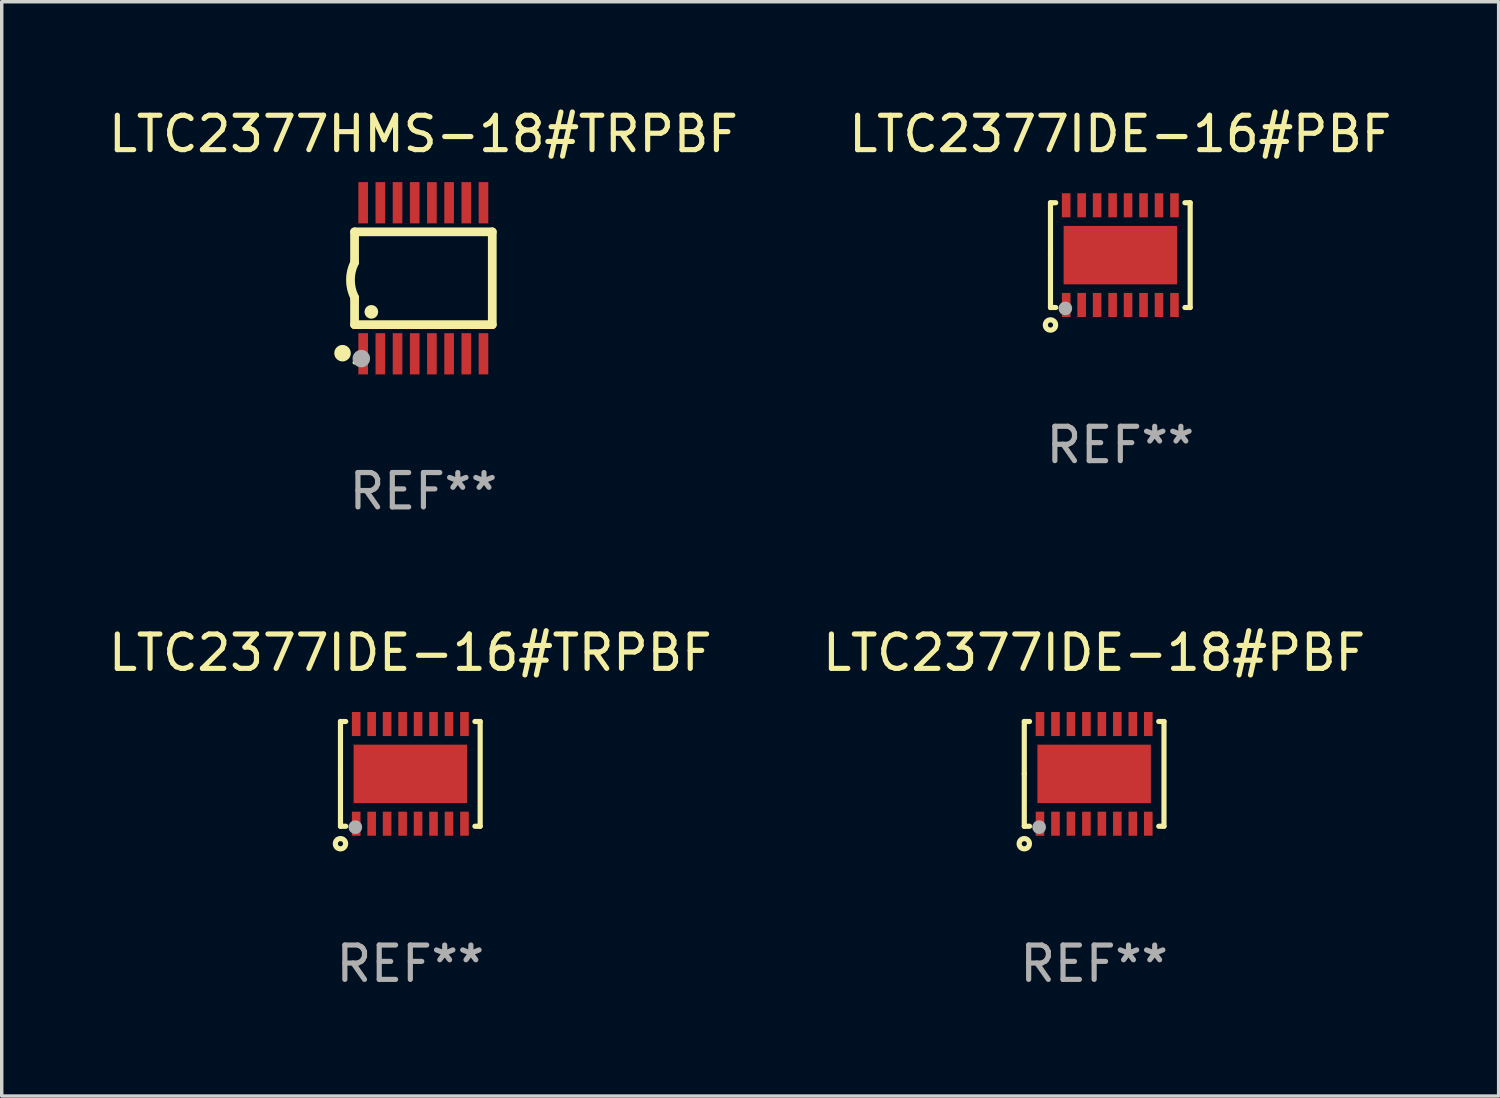
<source format=kicad_pcb>
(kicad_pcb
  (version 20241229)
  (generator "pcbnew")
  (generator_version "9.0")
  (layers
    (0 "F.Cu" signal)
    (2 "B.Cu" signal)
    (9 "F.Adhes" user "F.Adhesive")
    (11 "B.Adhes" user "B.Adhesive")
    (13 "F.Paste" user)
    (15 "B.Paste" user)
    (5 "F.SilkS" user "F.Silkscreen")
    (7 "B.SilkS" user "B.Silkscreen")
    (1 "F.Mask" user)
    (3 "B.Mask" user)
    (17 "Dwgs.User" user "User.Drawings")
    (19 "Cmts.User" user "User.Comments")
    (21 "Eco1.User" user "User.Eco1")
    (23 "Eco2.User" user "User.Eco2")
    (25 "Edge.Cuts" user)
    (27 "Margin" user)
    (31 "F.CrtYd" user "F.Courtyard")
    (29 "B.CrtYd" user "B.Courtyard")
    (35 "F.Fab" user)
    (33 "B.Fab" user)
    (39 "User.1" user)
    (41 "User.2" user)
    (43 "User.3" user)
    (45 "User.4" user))
  (footprint "LTC2377IDE-16#PBF"
    (layer "F.Cu")
    (at 29.542 4.372)
    (property "Reference" "LTC2377IDE-16#PBF" (at 0 -3.524 0) (layer "F.SilkS") (effects (font (size 1 1) (thickness 0.15))))
    (attr through_hole)
    (fp_line (start -2.032 -1.524) (end -1.879 -1.524) (stroke (width 0.15) (type solid)) (layer "F.SilkS"))
    (fp_line (start -2.032 0) (end -2.032 -1.524) (stroke (width 0.15) (type solid)) (layer "F.SilkS"))
    (fp_line (start -2.032 1.524) (end -2.032 0) (stroke (width 0.15) (type solid)) (layer "F.SilkS"))
    (fp_line (start -1.879 1.524) (end -2.032 1.524) (stroke (width 0.15) (type solid)) (layer "F.SilkS"))
    (fp_line (start 1.879 -1.524) (end 2.032 -1.524) (stroke (width 0.15) (type solid)) (layer "F.SilkS"))
    (fp_line (start 2.032 -1.524) (end 2.032 1.524) (stroke (width 0.15) (type solid)) (layer "F.SilkS"))
    (fp_line (start 2.032 1.524) (end 1.879 1.524) (stroke (width 0.15) (type solid)) (layer "F.SilkS"))
    (fp_circle (center -2.032 2.032) (end -1.882 2.032) (stroke (width 0.15) (type solid)) (fill no) (layer "F.SilkS"))
    (fp_circle (center -2 1.5) (end -1.97 1.5) (stroke (width 0.06) (type solid)) (fill no) (layer "F.SilkS"))
    (fp_circle (center -1.6 1.55) (end -1.5 1.55) (stroke (width 0.2) (type solid)) (fill no) (layer "F.Fab"))
    (fp_text user "REF**" (at 0 5.524 0) (layer "F.Fab") (effects (font (size 1 1) (thickness 0.15))))
    (pad "1" smd rect (at -1.575 1.45 90) (size 0.7 0.25) (layers "F.Cu" "F.Mask" "F.Paste"))
    (pad "2" smd rect (at -1.125 1.45 90) (size 0.7 0.25) (layers "F.Cu" "F.Mask" "F.Paste"))
    (pad "3" smd rect (at -0.675 1.45 90) (size 0.7 0.25) (layers "F.Cu" "F.Mask" "F.Paste"))
    (pad "4" smd rect (at -0.225 1.45 90) (size 0.7 0.25) (layers "F.Cu" "F.Mask" "F.Paste"))
    (pad "5" smd rect (at 0.225 1.45 90) (size 0.7 0.25) (layers "F.Cu" "F.Mask" "F.Paste"))
    (pad "6" smd rect (at 0.675 1.45 90) (size 0.7 0.25) (layers "F.Cu" "F.Mask" "F.Paste"))
    (pad "7" smd rect (at 1.125 1.45 90) (size 0.7 0.25) (layers "F.Cu" "F.Mask" "F.Paste"))
    (pad "8" smd rect (at 1.575 1.45 90) (size 0.7 0.25) (layers "F.Cu" "F.Mask" "F.Paste"))
    (pad "9" smd rect (at 1.575 -1.45 90) (size 0.7 0.25) (layers "F.Cu" "F.Mask" "F.Paste"))
    (pad "10" smd rect (at 1.125 -1.45 90) (size 0.7 0.25) (layers "F.Cu" "F.Mask" "F.Paste"))
    (pad "11" smd rect (at 0.675 -1.45 90) (size 0.7 0.25) (layers "F.Cu" "F.Mask" "F.Paste"))
    (pad "12" smd rect (at 0.225 -1.45 90) (size 0.7 0.25) (layers "F.Cu" "F.Mask" "F.Paste"))
    (pad "13" smd rect (at -0.225 -1.45 90) (size 0.7 0.25) (layers "F.Cu" "F.Mask" "F.Paste"))
    (pad "14" smd rect (at -0.675 -1.45 90) (size 0.7 0.25) (layers "F.Cu" "F.Mask" "F.Paste"))
    (pad "15" smd rect (at -1.125 -1.45 90) (size 0.7 0.25) (layers "F.Cu" "F.Mask" "F.Paste"))
    (pad "16" smd rect (at -1.575 -1.45 90) (size 0.7 0.25) (layers "F.Cu" "F.Mask" "F.Paste"))
    (pad "17" smd rect (at 0.000127 0 90) (size 1.7 3.3) (layers "F.Cu" "F.Mask" "F.Paste")))
  (footprint "LTC2377IDE-18#PBF"
    (layer "F.Cu")
    (at 28.78 19.463)
    (property "Reference" "LTC2377IDE-18#PBF" (at 0 -3.524 0) (layer "F.SilkS") (effects (font (size 1 1) (thickness 0.15))))
    (attr through_hole)
    (fp_line (start -2.032 -1.524) (end -1.879 -1.524) (stroke (width 0.15) (type solid)) (layer "F.SilkS"))
    (fp_line (start -2.032 0) (end -2.032 -1.524) (stroke (width 0.15) (type solid)) (layer "F.SilkS"))
    (fp_line (start -2.032 1.524) (end -2.032 0) (stroke (width 0.15) (type solid)) (layer "F.SilkS"))
    (fp_line (start -1.879 1.524) (end -2.032 1.524) (stroke (width 0.15) (type solid)) (layer "F.SilkS"))
    (fp_line (start 1.879 -1.524) (end 2.032 -1.524) (stroke (width 0.15) (type solid)) (layer "F.SilkS"))
    (fp_line (start 2.032 -1.524) (end 2.032 1.524) (stroke (width 0.15) (type solid)) (layer "F.SilkS"))
    (fp_line (start 2.032 1.524) (end 1.879 1.524) (stroke (width 0.15) (type solid)) (layer "F.SilkS"))
    (fp_circle (center -2.032 2.032) (end -1.882 2.032) (stroke (width 0.15) (type solid)) (fill no) (layer "F.SilkS"))
    (fp_circle (center -2 1.5) (end -1.97 1.5) (stroke (width 0.06) (type solid)) (fill no) (layer "F.SilkS"))
    (fp_circle (center -1.6 1.55) (end -1.5 1.55) (stroke (width 0.2) (type solid)) (fill no) (layer "F.Fab"))
    (fp_text user "REF**" (at 0 5.524 0) (layer "F.Fab") (effects (font (size 1 1) (thickness 0.15))))
    (pad "1" smd rect (at -1.575 1.45 90) (size 0.7 0.25) (layers "F.Cu" "F.Mask" "F.Paste"))
    (pad "2" smd rect (at -1.125 1.45 90) (size 0.7 0.25) (layers "F.Cu" "F.Mask" "F.Paste"))
    (pad "3" smd rect (at -0.675 1.45 90) (size 0.7 0.25) (layers "F.Cu" "F.Mask" "F.Paste"))
    (pad "4" smd rect (at -0.225 1.45 90) (size 0.7 0.25) (layers "F.Cu" "F.Mask" "F.Paste"))
    (pad "5" smd rect (at 0.225 1.45 90) (size 0.7 0.25) (layers "F.Cu" "F.Mask" "F.Paste"))
    (pad "6" smd rect (at 0.675 1.45 90) (size 0.7 0.25) (layers "F.Cu" "F.Mask" "F.Paste"))
    (pad "7" smd rect (at 1.125 1.45 90) (size 0.7 0.25) (layers "F.Cu" "F.Mask" "F.Paste"))
    (pad "8" smd rect (at 1.575 1.45 90) (size 0.7 0.25) (layers "F.Cu" "F.Mask" "F.Paste"))
    (pad "9" smd rect (at 1.575 -1.45 90) (size 0.7 0.25) (layers "F.Cu" "F.Mask" "F.Paste"))
    (pad "10" smd rect (at 1.125 -1.45 90) (size 0.7 0.25) (layers "F.Cu" "F.Mask" "F.Paste"))
    (pad "11" smd rect (at 0.675 -1.45 90) (size 0.7 0.25) (layers "F.Cu" "F.Mask" "F.Paste"))
    (pad "12" smd rect (at 0.225 -1.45 90) (size 0.7 0.25) (layers "F.Cu" "F.Mask" "F.Paste"))
    (pad "13" smd rect (at -0.225 -1.45 90) (size 0.7 0.25) (layers "F.Cu" "F.Mask" "F.Paste"))
    (pad "14" smd rect (at -0.675 -1.45 90) (size 0.7 0.25) (layers "F.Cu" "F.Mask" "F.Paste"))
    (pad "15" smd rect (at -1.125 -1.45 90) (size 0.7 0.25) (layers "F.Cu" "F.Mask" "F.Paste"))
    (pad "16" smd rect (at -1.575 -1.45 90) (size 0.7 0.25) (layers "F.Cu" "F.Mask" "F.Paste"))
    (pad "17" smd rect (at 0.000127 0 90) (size 1.7 3.3) (layers "F.Cu" "F.Mask" "F.Paste")))
  (footprint "LTC2377IDE-16#TRPBF"
    (layer "F.Cu")
    (at 8.887 19.463)
    (property "Reference" "LTC2377IDE-16#TRPBF" (at 0 -3.524 0) (layer "F.SilkS") (effects (font (size 1 1) (thickness 0.15))))
    (attr through_hole)
    (fp_line (start -2.032 -1.524) (end -1.879 -1.524) (stroke (width 0.15) (type solid)) (layer "F.SilkS"))
    (fp_line (start -2.032 0) (end -2.032 -1.524) (stroke (width 0.15) (type solid)) (layer "F.SilkS"))
    (fp_line (start -2.032 1.524) (end -2.032 0) (stroke (width 0.15) (type solid)) (layer "F.SilkS"))
    (fp_line (start -1.879 1.524) (end -2.032 1.524) (stroke (width 0.15) (type solid)) (layer "F.SilkS"))
    (fp_line (start 1.879 -1.524) (end 2.032 -1.524) (stroke (width 0.15) (type solid)) (layer "F.SilkS"))
    (fp_line (start 2.032 -1.524) (end 2.032 1.524) (stroke (width 0.15) (type solid)) (layer "F.SilkS"))
    (fp_line (start 2.032 1.524) (end 1.879 1.524) (stroke (width 0.15) (type solid)) (layer "F.SilkS"))
    (fp_circle (center -2.032 2.032) (end -1.882 2.032) (stroke (width 0.15) (type solid)) (fill no) (layer "F.SilkS"))
    (fp_circle (center -2 1.5) (end -1.97 1.5) (stroke (width 0.06) (type solid)) (fill no) (layer "F.SilkS"))
    (fp_circle (center -1.6 1.55) (end -1.5 1.55) (stroke (width 0.2) (type solid)) (fill no) (layer "F.Fab"))
    (fp_text user "REF**" (at 0 5.524 0) (layer "F.Fab") (effects (font (size 1 1) (thickness 0.15))))
    (pad "1" smd rect (at -1.575 1.45 90) (size 0.7 0.25) (layers "F.Cu" "F.Mask" "F.Paste"))
    (pad "2" smd rect (at -1.125 1.45 90) (size 0.7 0.25) (layers "F.Cu" "F.Mask" "F.Paste"))
    (pad "3" smd rect (at -0.675 1.45 90) (size 0.7 0.25) (layers "F.Cu" "F.Mask" "F.Paste"))
    (pad "4" smd rect (at -0.225 1.45 90) (size 0.7 0.25) (layers "F.Cu" "F.Mask" "F.Paste"))
    (pad "5" smd rect (at 0.225 1.45 90) (size 0.7 0.25) (layers "F.Cu" "F.Mask" "F.Paste"))
    (pad "6" smd rect (at 0.675 1.45 90) (size 0.7 0.25) (layers "F.Cu" "F.Mask" "F.Paste"))
    (pad "7" smd rect (at 1.125 1.45 90) (size 0.7 0.25) (layers "F.Cu" "F.Mask" "F.Paste"))
    (pad "8" smd rect (at 1.575 1.45 90) (size 0.7 0.25) (layers "F.Cu" "F.Mask" "F.Paste"))
    (pad "9" smd rect (at 1.575 -1.45 90) (size 0.7 0.25) (layers "F.Cu" "F.Mask" "F.Paste"))
    (pad "10" smd rect (at 1.125 -1.45 90) (size 0.7 0.25) (layers "F.Cu" "F.Mask" "F.Paste"))
    (pad "11" smd rect (at 0.675 -1.45 90) (size 0.7 0.25) (layers "F.Cu" "F.Mask" "F.Paste"))
    (pad "12" smd rect (at 0.225 -1.45 90) (size 0.7 0.25) (layers "F.Cu" "F.Mask" "F.Paste"))
    (pad "13" smd rect (at -0.225 -1.45 90) (size 0.7 0.25) (layers "F.Cu" "F.Mask" "F.Paste"))
    (pad "14" smd rect (at -0.675 -1.45 90) (size 0.7 0.25) (layers "F.Cu" "F.Mask" "F.Paste"))
    (pad "15" smd rect (at -1.125 -1.45 90) (size 0.7 0.25) (layers "F.Cu" "F.Mask" "F.Paste"))
    (pad "16" smd rect (at -1.575 -1.45 90) (size 0.7 0.25) (layers "F.Cu" "F.Mask" "F.Paste"))
    (pad "17" smd rect (at 0.000127 0 90) (size 1.7 3.3) (layers "F.Cu" "F.Mask" "F.Paste")))
  (footprint "LTC2377HMS-18#TRPBF"
    (layer "F.Cu")
    (at 9.268 5.045)
    (property "Reference" "LTC2377HMS-18#TRPBF" (at 0 -4.197 0) (layer "F.SilkS") (effects (font (size 1 1) (thickness 0.15))))
    (attr through_hole)
    (fp_line (start -2.003 -1.35) (end -2.003 -0.457) (stroke (width 0.254) (type solid)) (layer "F.SilkS"))
    (fp_line (start -2.003 -1.35) (end 2.003 -1.35) (stroke (width 0.254) (type solid)) (layer "F.SilkS"))
    (fp_line (start -2.003 1.35) (end -2.003 0.559) (stroke (width 0.254) (type solid)) (layer "F.SilkS"))
    (fp_line (start -2.003 1.35) (end 2.003 1.35) (stroke (width 0.254) (type solid)) (layer "F.SilkS"))
    (fp_line (start 2.003 -1.35) (end 2.003 1.35) (stroke (width 0.254) (type solid)) (layer "F.SilkS"))
    (fp_arc (start -2.002286 0.558802) (mid -2.122556 0.05092) (end -2.003302 -0.457201) (stroke (width 0.254001) (type solid)) (layer "F.SilkS"))
    (fp_circle (center -2.353 2.18) (end -2.233 2.18) (stroke (width 0.24) (type solid)) (fill no) (layer "F.SilkS"))
    (fp_circle (center -2.003 2.45) (end -1.973 2.45) (stroke (width 0.06) (type solid)) (fill no) (layer "F.SilkS"))
    (fp_circle (center -1.515 0.978) (end -1.415 0.978) (stroke (width 0.2) (type solid)) (fill no) (layer "F.SilkS"))
    (fp_circle (center -1.807 2.337) (end -1.68 2.337) (stroke (width 0.254) (type solid)) (fill no) (layer "F.Fab"))
    (fp_text user "REF**" (at 0 6.197 0) (layer "F.Fab") (effects (font (size 1 1) (thickness 0.15))))
    (pad "1" smd rect (at -1.753 2.197 90) (size 1.2 0.28) (layers "F.Cu" "F.Mask" "F.Paste"))
    (pad "2" smd rect (at -1.253 2.197 90) (size 1.2 0.28) (layers "F.Cu" "F.Mask" "F.Paste"))
    (pad "3" smd rect (at -0.753 2.197 90) (size 1.2 0.28) (layers "F.Cu" "F.Mask" "F.Paste"))
    (pad "4" smd rect (at -0.253 2.197 90) (size 1.2 0.28) (layers "F.Cu" "F.Mask" "F.Paste"))
    (pad "5" smd rect (at 0.247 2.197 90) (size 1.2 0.28) (layers "F.Cu" "F.Mask" "F.Paste"))
    (pad "6" smd rect (at 0.747 2.197 90) (size 1.2 0.28) (layers "F.Cu" "F.Mask" "F.Paste"))
    (pad "7" smd rect (at 1.247 2.197 90) (size 1.2 0.28) (layers "F.Cu" "F.Mask" "F.Paste"))
    (pad "8" smd rect (at 1.747 2.197 90) (size 1.2 0.28) (layers "F.Cu" "F.Mask" "F.Paste"))
    (pad "9" smd rect (at 1.747 -2.197 90) (size 1.2 0.28) (layers "F.Cu" "F.Mask" "F.Paste"))
    (pad "10" smd rect (at 1.247 -2.197 90) (size 1.2 0.28) (layers "F.Cu" "F.Mask" "F.Paste"))
    (pad "11" smd rect (at 0.747 -2.197 90) (size 1.2 0.28) (layers "F.Cu" "F.Mask" "F.Paste"))
    (pad "12" smd rect (at 0.247 -2.197 90) (size 1.2 0.28) (layers "F.Cu" "F.Mask" "F.Paste"))
    (pad "13" smd rect (at -0.253 -2.197 90) (size 1.2 0.28) (layers "F.Cu" "F.Mask" "F.Paste"))
    (pad "14" smd rect (at -0.753 -2.197 90) (size 1.2 0.28) (layers "F.Cu" "F.Mask" "F.Paste"))
    (pad "15" smd rect (at -1.253 -2.197 90) (size 1.2 0.28) (layers "F.Cu" "F.Mask" "F.Paste"))
    (pad "16" smd rect (at -1.753 -2.197 90) (size 1.2 0.28) (layers "F.Cu" "F.Mask" "F.Paste")))
  (gr_rect
    (start -3 -3)
    (end 40.548 28.835)
    (stroke (width 0.1) (type default))
    (fill no)
    (layer "Edge.Cuts")))
</source>
